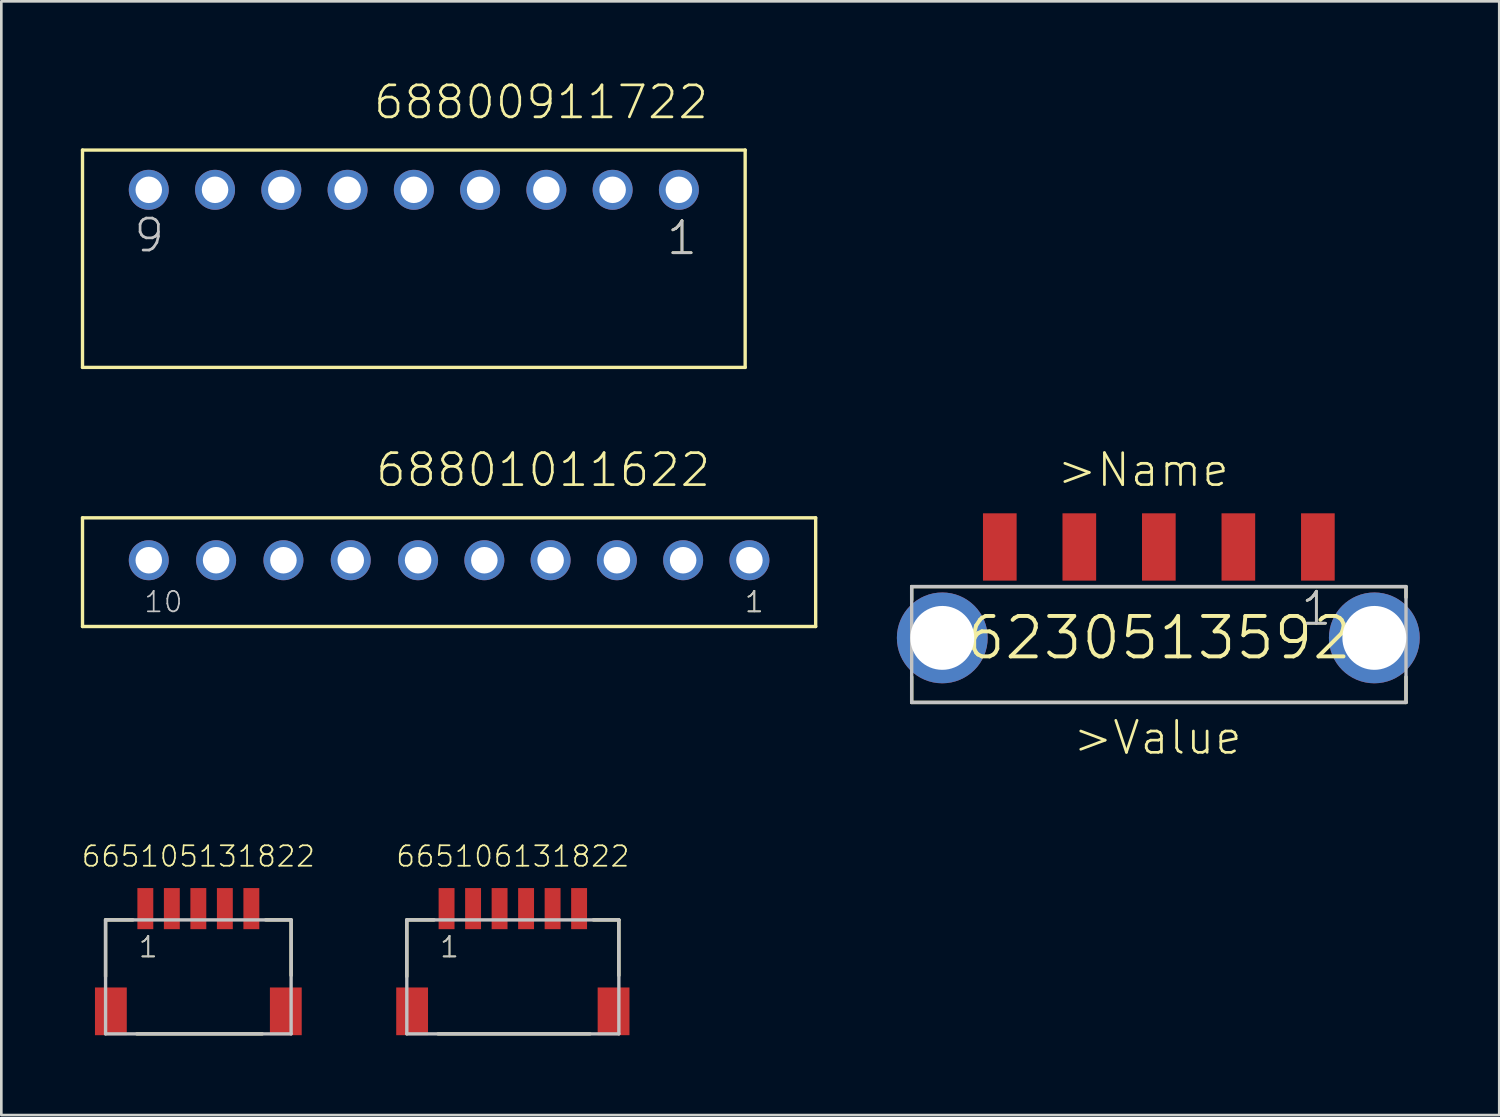
<source format=kicad_pcb>
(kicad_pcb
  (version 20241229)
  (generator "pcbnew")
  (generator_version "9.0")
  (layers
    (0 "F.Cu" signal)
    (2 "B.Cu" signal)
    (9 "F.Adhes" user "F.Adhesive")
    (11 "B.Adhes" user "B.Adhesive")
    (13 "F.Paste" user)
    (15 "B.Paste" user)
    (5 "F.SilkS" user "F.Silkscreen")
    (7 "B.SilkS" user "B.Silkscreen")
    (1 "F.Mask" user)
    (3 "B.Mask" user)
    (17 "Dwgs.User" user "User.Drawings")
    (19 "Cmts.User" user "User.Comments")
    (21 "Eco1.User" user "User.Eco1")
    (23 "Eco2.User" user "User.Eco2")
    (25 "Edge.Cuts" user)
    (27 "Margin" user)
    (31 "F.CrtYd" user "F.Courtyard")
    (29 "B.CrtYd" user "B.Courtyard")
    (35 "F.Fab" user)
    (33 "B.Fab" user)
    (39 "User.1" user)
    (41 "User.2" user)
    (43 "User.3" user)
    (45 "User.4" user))
  (footprint "665106131822"
    (layer "F.Cu")
    (at 16.298 31.23)
    (property "Reference" "665106131822" (at 0 -1.52 0) (layer "F.SilkS") (effects (font (size 0.772 0.772) (thickness 0.065)) (justify bottom)))
    (attr through_hole)
    (fp_line (start -4 0.425) (end -4 2.56) (stroke (width 0.127) (type solid)) (layer "F.SilkS"))
    (fp_line (start -2.97 0.425) (end -4 0.425) (stroke (width 0.127) (type solid)) (layer "F.SilkS"))
    (fp_line (start -2.82 4.725) (end 2.91 4.725) (stroke (width 0.127) (type solid)) (layer "F.SilkS"))
    (fp_line (start 3.04 0.425) (end 4 0.425) (stroke (width 0.127) (type solid)) (layer "F.SilkS"))
    (fp_line (start 4 0.425) (end 4 2.52) (stroke (width 0.127) (type solid)) (layer "F.SilkS"))
    (fp_line (start -4 0.425) (end 4 0.425) (stroke (width 0.127) (type solid)) (layer "Dwgs.User"))
    (fp_line (start -4 4.725) (end -4 0.425) (stroke (width 0.127) (type solid)) (layer "Dwgs.User"))
    (fp_line (start 4 0.425) (end 4 4.725) (stroke (width 0.127) (type solid)) (layer "Dwgs.User"))
    (fp_line (start 4 4.725) (end -4 4.725) (stroke (width 0.127) (type solid)) (layer "Dwgs.User"))
    (fp_text user "1" (at -2.8 1.9 0) (layer "F.SilkS") (effects (font (size 0.772 0.772) (thickness 0.065)) (justify left bottom)))
    (fp_text user "1" (at -2.8 1.9 0) (layer "Dwgs.User") (effects (font (size 0.772 0.772) (thickness 0.065)) (justify left bottom)))
    (pad "1" smd rect (at -2.5 0) (size 0.6 1.55) (layers "F.Cu" "F.Mask" "F.Paste"))
    (pad "2" smd rect (at -1.5 0) (size 0.6 1.55) (layers "F.Cu" "F.Mask" "F.Paste"))
    (pad "3" smd rect (at -0.5 0) (size 0.6 1.55) (layers "F.Cu" "F.Mask" "F.Paste"))
    (pad "4" smd rect (at 0.5 0) (size 0.6 1.55) (layers "F.Cu" "F.Mask" "F.Paste"))
    (pad "5" smd rect (at 1.5 0) (size 0.6 1.55) (layers "F.Cu" "F.Mask" "F.Paste"))
    (pad "6" smd rect (at 2.5 0) (size 0.6 1.55) (layers "F.Cu" "F.Mask" "F.Paste"))
    (pad "Z1" smd rect (at -3.8 3.875) (size 1.2 1.8) (layers "F.Cu" "F.Mask" "F.Paste"))
    (pad "Z2" smd rect (at 3.8 3.875) (size 1.2 1.8) (layers "F.Cu" "F.Mask" "F.Paste")))
  (footprint "662305135922"
    (layer "F.Cu")
    (at 40.67 21.016)
    (property "Reference" "662305135922" (at 0 0 0) (layer "F.SilkS") (effects (font (size 1.524 1.524) (thickness 0.15))))
    (attr through_hole)
    (fp_line (start -9.325 -1.935) (end 9.3 -1.935) (stroke (width 0.127) (type solid)) (layer "F.SilkS"))
    (fp_line (start -9.325 -1.43) (end -9.325 -1.935) (stroke (width 0.127) (type solid)) (layer "F.SilkS"))
    (fp_line (start -9.325 1.47) (end -9.325 2.435) (stroke (width 0.127) (type solid)) (layer "F.SilkS"))
    (fp_line (start -9.325 2.435) (end 9.325 2.435) (stroke (width 0.127) (type solid)) (layer "F.SilkS"))
    (fp_line (start 9.325 -1.935) (end 9.325 -1.53) (stroke (width 0.127) (type solid)) (layer "F.SilkS"))
    (fp_line (start 9.325 2.435) (end 9.325 1.47) (stroke (width 0.127) (type solid)) (layer "F.SilkS"))
    (fp_line (start -9.325 -1.935) (end -9.325 2.435) (stroke (width 0.127) (type solid)) (layer "Dwgs.User"))
    (fp_line (start -9.325 -1.935) (end 9.325 -1.935) (stroke (width 0.127) (type solid)) (layer "Dwgs.User"))
    (fp_line (start -9.325 2.435) (end 9.325 2.435) (stroke (width 0.127) (type solid)) (layer "Dwgs.User"))
    (fp_line (start 9.325 2.435) (end 9.325 -1.935) (stroke (width 0.127) (type solid)) (layer "Dwgs.User"))
    (fp_text user ">Name" (at -3.9 -5.63 0) (layer "F.SilkS") (effects (font (size 1.206 1.206) (thickness 0.102)) (justify left bottom)))
    (fp_text user ">Value" (at -3.3 4.47 0) (layer "F.SilkS") (effects (font (size 1.206 1.206) (thickness 0.102)) (justify left bottom)))
    (fp_text user "1" (at 5.3 -0.4 0) (layer "F.SilkS") (effects (font (size 1.206 1.206) (thickness 0.102)) (justify left bottom)))
    (fp_text user "1" (at 5.3 -0.4 0) (layer "Dwgs.User") (effects (font (size 1.206 1.206) (thickness 0.102)) (justify left bottom)))
    (pad "1" smd rect (at 6 -3.43 90) (size 2.54 1.27) (layers "F.Cu" "F.Mask" "F.Paste"))
    (pad "2" smd rect (at 3 -3.43 90) (size 2.54 1.27) (layers "F.Cu" "F.Mask" "F.Paste"))
    (pad "3" smd rect (at 0 -3.43 90) (size 2.54 1.27) (layers "F.Cu" "F.Mask" "F.Paste"))
    (pad "4" smd rect (at -3 -3.43 90) (size 2.54 1.27) (layers "F.Cu" "F.Mask" "F.Paste"))
    (pad "5" smd rect (at -6 -3.43 90) (size 2.54 1.27) (layers "F.Cu" "F.Mask" "F.Paste"))
    (pad "Z1" thru_hole circle (at -8.17 0) (size 3.426 3.426) (drill 2.41) (layers "*.Cu" "*.Mask"))
    (pad "Z2" thru_hole circle (at 8.13 0) (size 3.426 3.426) (drill 2.41) (layers "*.Cu" "*.Mask")))
  (footprint "68800911722"
    (layer "F.Cu")
    (at 12.563 4.111)
    (property "Reference" "68800911722" (at -1.585 -2.6 0) (layer "F.SilkS") (effects (font (size 1.206 1.206) (thickness 0.102)) (justify left bottom)))
    (attr through_hole)
    (fp_line (start -12.5 -1.5) (end 12.5 -1.5) (stroke (width 0.127) (type solid)) (layer "F.SilkS"))
    (fp_line (start -12.5 6.7) (end -12.5 -1.5) (stroke (width 0.127) (type solid)) (layer "F.SilkS"))
    (fp_line (start 12.5 -1.5) (end 12.5 6.7) (stroke (width 0.127) (type solid)) (layer "F.SilkS"))
    (fp_line (start 12.5 6.7) (end -12.5 6.7) (stroke (width 0.127) (type solid)) (layer "F.SilkS"))
    (fp_text user "1" (at 9.475 2.525 0) (layer "F.SilkS") (effects (font (size 1.206 1.206) (thickness 0.102)) (justify left bottom)))
    (fp_text user "9" (at -10.625 2.425 0) (layer "Dwgs.User") (effects (font (size 1.206 1.206) (thickness 0.102)) (justify left bottom)))
    (fp_text user "1" (at 9.475 2.525 0) (layer "Dwgs.User") (effects (font (size 1.206 1.206) (thickness 0.102)) (justify left bottom)))
    (pad "1" thru_hole circle (at 10 0) (size 1.508 1.508) (drill 1) (layers "*.Cu" "*.Mask"))
    (pad "2" thru_hole circle (at 7.5 0) (size 1.508 1.508) (drill 1) (layers "*.Cu" "*.Mask"))
    (pad "3" thru_hole circle (at 5 0) (size 1.508 1.508) (drill 1) (layers "*.Cu" "*.Mask"))
    (pad "4" thru_hole circle (at 2.5 0) (size 1.508 1.508) (drill 1) (layers "*.Cu" "*.Mask"))
    (pad "5" thru_hole circle (at 0 0) (size 1.508 1.508) (drill 1) (layers "*.Cu" "*.Mask"))
    (pad "6" thru_hole circle (at -2.5 0) (size 1.508 1.508) (drill 1) (layers "*.Cu" "*.Mask"))
    (pad "7" thru_hole circle (at -5 0) (size 1.508 1.508) (drill 1) (layers "*.Cu" "*.Mask"))
    (pad "8" thru_hole circle (at -7.5 0) (size 1.508 1.508) (drill 1) (layers "*.Cu" "*.Mask"))
    (pad "9" thru_hole circle (at -10 0) (size 1.508 1.508) (drill 1) (layers "*.Cu" "*.Mask")))
  (footprint "665105131822"
    (layer "F.Cu")
    (at 4.433 31.23)
    (property "Reference" "665105131822" (at 0 -1.52 0) (layer "F.SilkS") (effects (font (size 0.772 0.772) (thickness 0.065)) (justify bottom)))
    (attr through_hole)
    (fp_line (start -3.5 0.425) (end -3.5 2.56) (stroke (width 0.127) (type solid)) (layer "F.SilkS"))
    (fp_line (start -2.47 0.425) (end -3.5 0.425) (stroke (width 0.127) (type solid)) (layer "F.SilkS"))
    (fp_line (start -2.32 4.725) (end 2.41 4.725) (stroke (width 0.127) (type solid)) (layer "F.SilkS"))
    (fp_line (start 2.54 0.425) (end 3.5 0.425) (stroke (width 0.127) (type solid)) (layer "F.SilkS"))
    (fp_line (start 3.5 0.425) (end 3.5 2.52) (stroke (width 0.127) (type solid)) (layer "F.SilkS"))
    (fp_line (start -3.5 0.425) (end 3.5 0.425) (stroke (width 0.127) (type solid)) (layer "Dwgs.User"))
    (fp_line (start -3.5 4.725) (end -3.5 0.425) (stroke (width 0.127) (type solid)) (layer "Dwgs.User"))
    (fp_line (start 3.5 0.425) (end 3.5 4.725) (stroke (width 0.127) (type solid)) (layer "Dwgs.User"))
    (fp_line (start 3.5 4.725) (end -3.5 4.725) (stroke (width 0.127) (type solid)) (layer "Dwgs.User"))
    (fp_text user "1" (at -2.3 1.9 0) (layer "F.SilkS") (effects (font (size 0.772 0.772) (thickness 0.065)) (justify left bottom)))
    (fp_text user "1" (at -2.3 1.9 0) (layer "Dwgs.User") (effects (font (size 0.772 0.772) (thickness 0.065)) (justify left bottom)))
    (pad "1" smd rect (at -2 0) (size 0.6 1.55) (layers "F.Cu" "F.Mask" "F.Paste"))
    (pad "2" smd rect (at -1 0) (size 0.6 1.55) (layers "F.Cu" "F.Mask" "F.Paste"))
    (pad "3" smd rect (at 0 0) (size 0.6 1.55) (layers "F.Cu" "F.Mask" "F.Paste"))
    (pad "4" smd rect (at 1 0) (size 0.6 1.55) (layers "F.Cu" "F.Mask" "F.Paste"))
    (pad "5" smd rect (at 2 0) (size 0.6 1.55) (layers "F.Cu" "F.Mask" "F.Paste"))
    (pad "Z1" smd rect (at -3.3 3.875) (size 1.2 1.8) (layers "F.Cu" "F.Mask" "F.Paste"))
    (pad "Z2" smd rect (at 3.3 3.875) (size 1.2 1.8) (layers "F.Cu" "F.Mask" "F.Paste")))
  (footprint "68801011622"
    (layer "F.Cu")
    (at 13.893 18.086)
    (property "Reference" "68801011622" (at -2.835 -2.7 0) (layer "F.SilkS") (effects (font (size 1.206 1.206) (thickness 0.102)) (justify left bottom)))
    (attr through_hole)
    (fp_line (start -13.83 -1.6) (end 13.83 -1.6) (stroke (width 0.127) (type solid)) (layer "F.SilkS"))
    (fp_line (start -13.83 2.5) (end -13.83 -1.6) (stroke (width 0.127) (type solid)) (layer "F.SilkS"))
    (fp_line (start 13.83 -1.6) (end 13.83 2.5) (stroke (width 0.127) (type solid)) (layer "F.SilkS"))
    (fp_line (start 13.83 2.5) (end -13.83 2.5) (stroke (width 0.127) (type solid)) (layer "F.SilkS"))
    (fp_text user "1" (at 11.105 2.025 0) (layer "F.SilkS") (effects (font (size 0.772 0.772) (thickness 0.065)) (justify left bottom)))
    (fp_text user "10" (at -11.555 2.025 0) (layer "Dwgs.User") (effects (font (size 0.772 0.772) (thickness 0.065)) (justify left bottom)))
    (fp_text user "1" (at 11.105 2.025 0) (layer "Dwgs.User") (effects (font (size 0.772 0.772) (thickness 0.065)) (justify left bottom)))
    (pad "1" thru_hole circle (at 11.33 0) (size 1.508 1.508) (drill 1) (layers "*.Cu" "*.Mask"))
    (pad "2" thru_hole circle (at 8.83 0) (size 1.508 1.508) (drill 1) (layers "*.Cu" "*.Mask"))
    (pad "3" thru_hole circle (at 6.33 0) (size 1.508 1.508) (drill 1) (layers "*.Cu" "*.Mask"))
    (pad "4" thru_hole circle (at 3.83 0) (size 1.508 1.508) (drill 1) (layers "*.Cu" "*.Mask"))
    (pad "5" thru_hole circle (at 1.33 0) (size 1.508 1.508) (drill 1) (layers "*.Cu" "*.Mask"))
    (pad "6" thru_hole circle (at -1.17 0) (size 1.508 1.508) (drill 1) (layers "*.Cu" "*.Mask"))
    (pad "7" thru_hole circle (at -3.71 0) (size 1.508 1.508) (drill 1) (layers "*.Cu" "*.Mask"))
    (pad "8" thru_hole circle (at -6.25 0) (size 1.508 1.508) (drill 1) (layers "*.Cu" "*.Mask"))
    (pad "9" thru_hole circle (at -8.79 0) (size 1.508 1.508) (drill 1) (layers "*.Cu" "*.Mask"))
    (pad "10" thru_hole circle (at -11.33 0) (size 1.508 1.508) (drill 1) (layers "*.Cu" "*.Mask")))
  (gr_rect
    (start -3 -3)
    (end 53.513 39.019)
    (stroke (width 0.1) (type default))
    (fill no)
    (layer "Edge.Cuts")))
</source>
